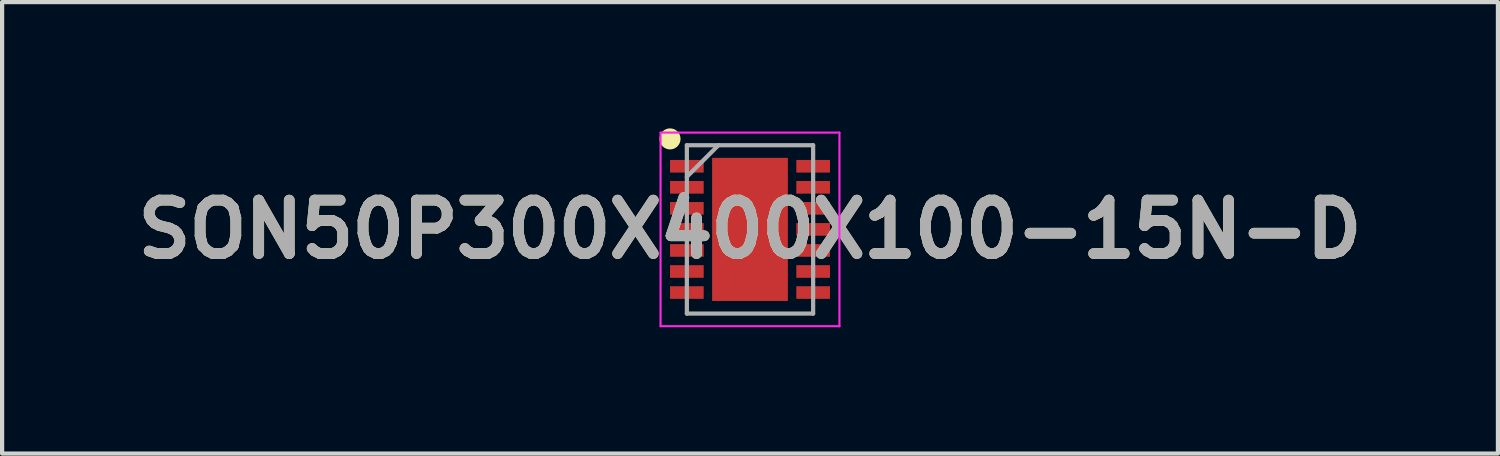
<source format=kicad_pcb>
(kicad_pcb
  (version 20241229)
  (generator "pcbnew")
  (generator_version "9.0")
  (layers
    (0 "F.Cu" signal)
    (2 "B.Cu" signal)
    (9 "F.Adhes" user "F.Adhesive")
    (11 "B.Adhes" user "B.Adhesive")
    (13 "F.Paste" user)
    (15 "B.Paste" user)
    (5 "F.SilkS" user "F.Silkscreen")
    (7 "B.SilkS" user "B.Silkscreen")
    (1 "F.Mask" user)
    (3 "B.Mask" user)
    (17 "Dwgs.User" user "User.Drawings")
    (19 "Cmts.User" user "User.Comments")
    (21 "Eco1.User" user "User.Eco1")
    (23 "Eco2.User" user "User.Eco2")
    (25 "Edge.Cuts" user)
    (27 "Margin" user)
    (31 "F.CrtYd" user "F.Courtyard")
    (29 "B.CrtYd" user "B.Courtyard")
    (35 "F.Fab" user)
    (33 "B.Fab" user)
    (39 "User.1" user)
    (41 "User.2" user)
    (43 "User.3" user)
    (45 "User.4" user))
  (footprint "SON50P300X400X100-15N-D"
    (layer "F.Cu")
    (at 14.768 2.4)
    (property "Reference" "SON50P300X400X100-15N-D" (at 0 0 0) (layer "F.SilkS") (effects (font (size 1.27 1.27) (thickness 0.254))))
    (attr smd)
    (fp_circle (center -1.9 -2.15) (end -1.9 -2.025) (stroke (width 0.25) (type solid)) (fill no) (layer "F.SilkS"))
    (fp_line (start -2.125 -2.3) (end 2.125 -2.3) (stroke (width 0.05) (type solid)) (layer "F.CrtYd"))
    (fp_line (start -2.125 2.3) (end -2.125 -2.3) (stroke (width 0.05) (type solid)) (layer "F.CrtYd"))
    (fp_line (start 2.125 -2.3) (end 2.125 2.3) (stroke (width 0.05) (type solid)) (layer "F.CrtYd"))
    (fp_line (start 2.125 2.3) (end -2.125 2.3) (stroke (width 0.05) (type solid)) (layer "F.CrtYd"))
    (fp_line (start -1.5 -2) (end 1.5 -2) (stroke (width 0.1) (type solid)) (layer "F.Fab"))
    (fp_line (start -1.5 -1.25) (end -0.75 -2) (stroke (width 0.1) (type solid)) (layer "F.Fab"))
    (fp_line (start -1.5 2) (end -1.5 -2) (stroke (width 0.1) (type solid)) (layer "F.Fab"))
    (fp_line (start 1.5 -2) (end 1.5 2) (stroke (width 0.1) (type solid)) (layer "F.Fab"))
    (fp_line (start 1.5 2) (end -1.5 2) (stroke (width 0.1) (type solid)) (layer "F.Fab"))
    (fp_text user "${REFERENCE}" (at 0 0 0) (layer "F.Fab") (effects (font (size 1.27 1.27) (thickness 0.254))))
    (pad "1" smd rect (at -1.5 -1.5 90) (size 0.3 0.8) (layers "F.Cu" "F.Mask" "F.Paste"))
    (pad "2" smd rect (at -1.5 -1 90) (size 0.3 0.8) (layers "F.Cu" "F.Mask" "F.Paste"))
    (pad "3" smd rect (at -1.5 -0.5 90) (size 0.3 0.8) (layers "F.Cu" "F.Mask" "F.Paste"))
    (pad "4" smd rect (at -1.5 0 90) (size 0.3 0.8) (layers "F.Cu" "F.Mask" "F.Paste"))
    (pad "5" smd rect (at -1.5 0.5 90) (size 0.3 0.8) (layers "F.Cu" "F.Mask" "F.Paste"))
    (pad "6" smd rect (at -1.5 1 90) (size 0.3 0.8) (layers "F.Cu" "F.Mask" "F.Paste"))
    (pad "7" smd rect (at -1.5 1.5 90) (size 0.3 0.8) (layers "F.Cu" "F.Mask" "F.Paste"))
    (pad "8" smd rect (at 1.5 1.5 90) (size 0.3 0.8) (layers "F.Cu" "F.Mask" "F.Paste"))
    (pad "9" smd rect (at 1.5 1 90) (size 0.3 0.8) (layers "F.Cu" "F.Mask" "F.Paste"))
    (pad "10" smd rect (at 1.5 0.5 90) (size 0.3 0.8) (layers "F.Cu" "F.Mask" "F.Paste"))
    (pad "11" smd rect (at 1.5 0 90) (size 0.3 0.8) (layers "F.Cu" "F.Mask" "F.Paste"))
    (pad "12" smd rect (at 1.5 -0.5 90) (size 0.3 0.8) (layers "F.Cu" "F.Mask" "F.Paste"))
    (pad "13" smd rect (at 1.5 -1 90) (size 0.3 0.8) (layers "F.Cu" "F.Mask" "F.Paste"))
    (pad "14" smd rect (at 1.5 -1.5 90) (size 0.3 0.8) (layers "F.Cu" "F.Mask" "F.Paste"))
    (pad "15" smd rect (at 0 0) (size 1.8 3.4) (layers "F.Cu" "F.Mask" "F.Paste")))
  (gr_rect
    (start -3 -3)
    (end 32.537 7.725)
    (stroke (width 0.1) (type default))
    (fill no)
    (layer "Edge.Cuts")))
</source>
